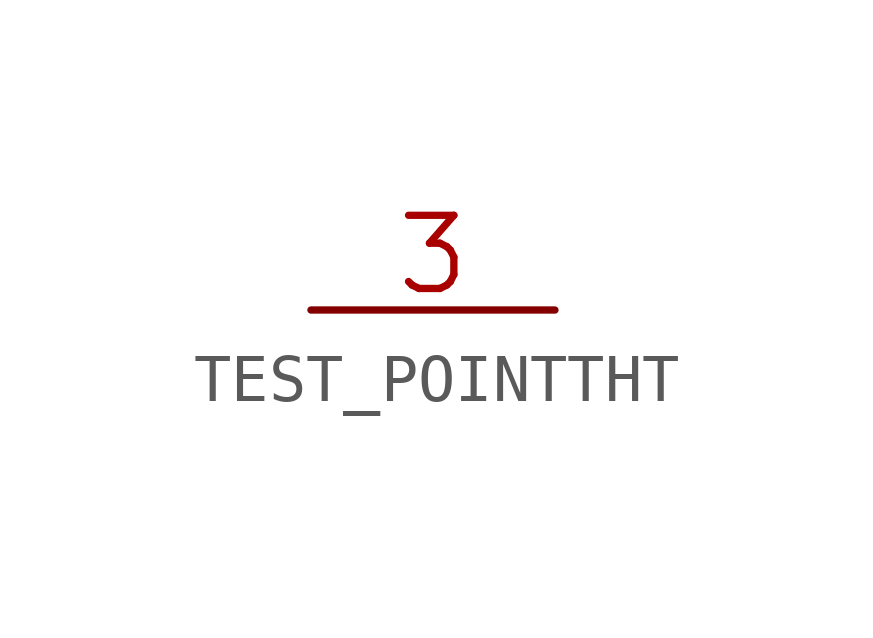
<source format=kicad_sym>
(kicad_symbol_lib
  (version 20241209)
  (generator "kicad_symbol_editor")
  (generator_version "9.0")
  (symbol "TEST_POINTTHT"
    (property "Reference" "TP"
      (at 0 0 0)
      (effects (font (size 1.27 1.27)) (hide yes)))
    (property "ki_locked" ""
      (at 0 0 0)
      (effects (font (size 1.27 1.27))))
    (symbol "TEST_POINTTHT_1_0"
      (pin bidirectional line (at -5.08 0 0) (length 5.08) (name ">NAME" (effects (font (size 0 0)))) (number "3" (effects (font (size 1.524 1.524))))))))
</source>
